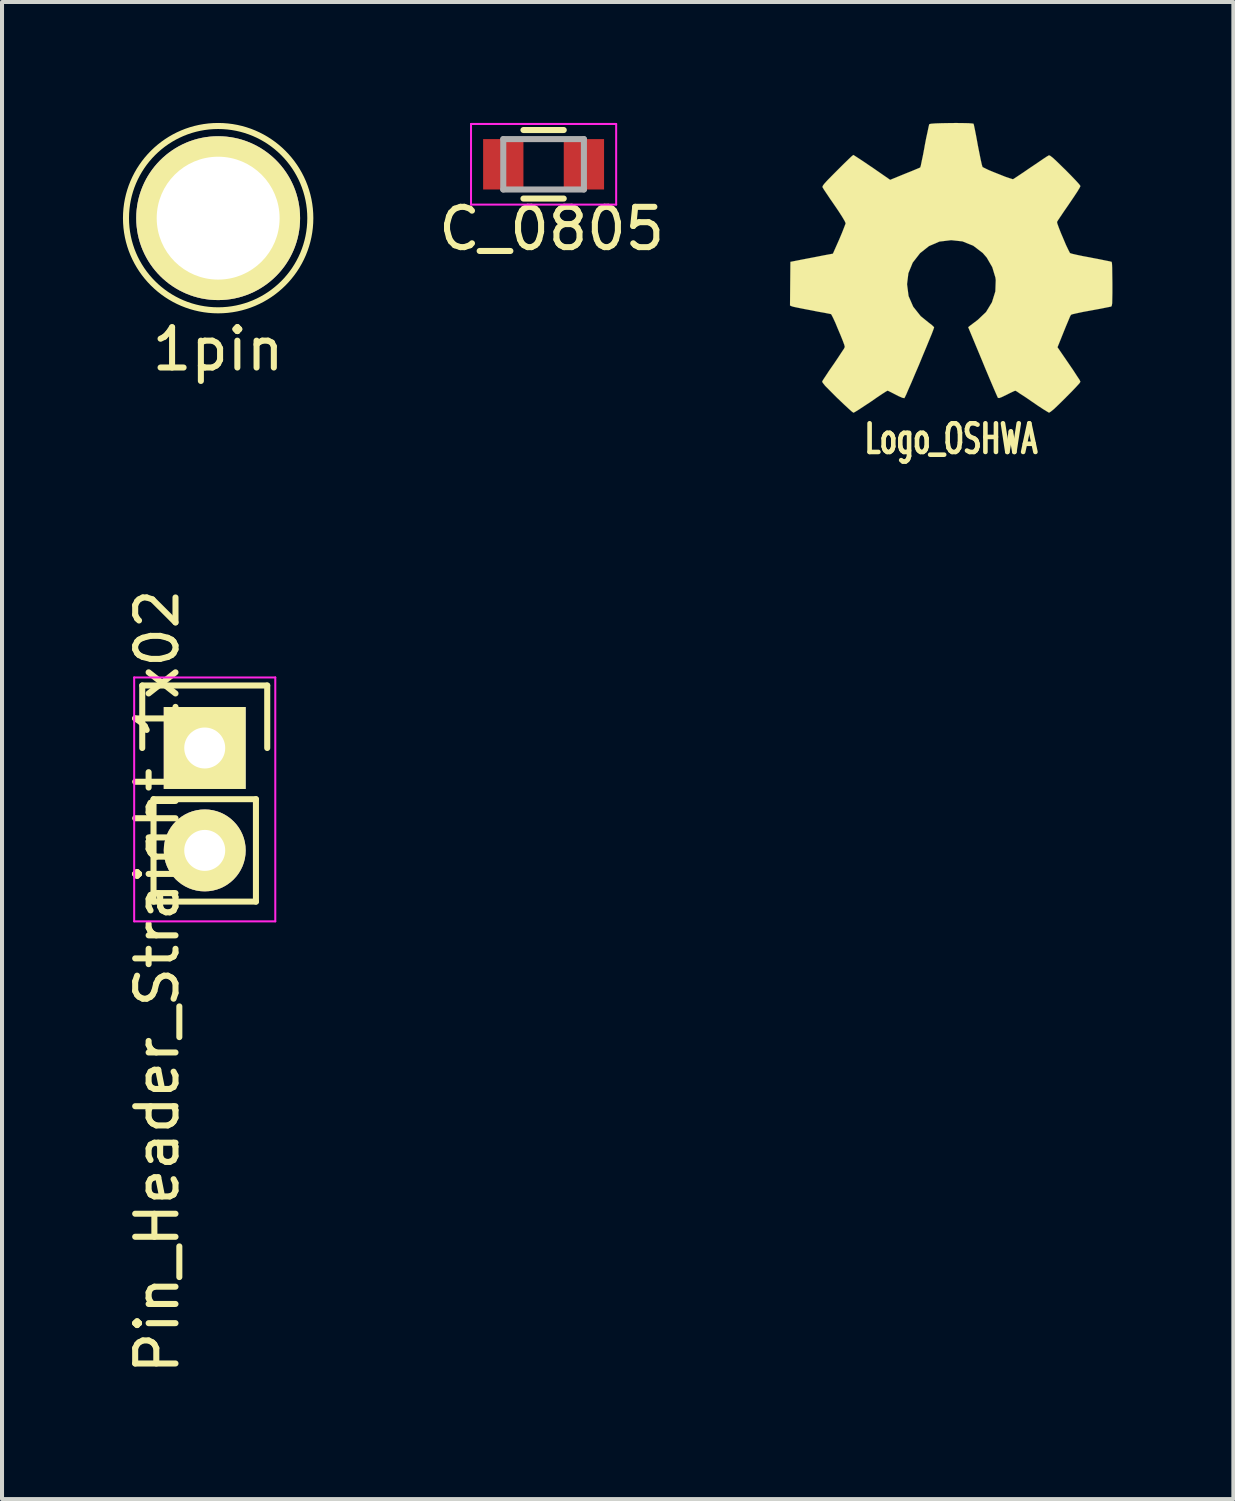
<source format=kicad_pcb>
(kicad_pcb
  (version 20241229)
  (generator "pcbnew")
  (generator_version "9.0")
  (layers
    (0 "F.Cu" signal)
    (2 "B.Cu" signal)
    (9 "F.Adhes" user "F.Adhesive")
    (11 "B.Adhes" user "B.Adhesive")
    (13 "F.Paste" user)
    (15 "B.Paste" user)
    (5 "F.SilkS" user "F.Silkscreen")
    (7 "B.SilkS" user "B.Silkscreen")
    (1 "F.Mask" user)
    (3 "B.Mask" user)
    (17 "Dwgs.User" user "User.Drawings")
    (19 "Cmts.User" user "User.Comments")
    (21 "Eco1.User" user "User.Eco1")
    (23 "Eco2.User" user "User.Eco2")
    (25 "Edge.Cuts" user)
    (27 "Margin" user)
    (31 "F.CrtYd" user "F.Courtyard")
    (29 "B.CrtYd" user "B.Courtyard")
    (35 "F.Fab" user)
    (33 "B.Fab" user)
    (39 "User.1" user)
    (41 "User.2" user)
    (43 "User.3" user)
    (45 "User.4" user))
  (footprint "C_0805"
    (layer "F.Cu")
    (at 10.433 1.025)
    (property "Reference" "C_0805" (at 0.2 1.6 0) (layer "F.SilkS") (effects (font (size 1 1) (thickness 0.15))))
    (attr smd)
    (fp_line (start -0.5 0.85) (end 0.5 0.85) (stroke (width 0.15) (type solid)) (layer "F.SilkS"))
    (fp_line (start 0.5 -0.85) (end -0.5 -0.85) (stroke (width 0.15) (type solid)) (layer "F.SilkS"))
    (fp_line (start -1.8 -1) (end -1.8 1) (stroke (width 0.05) (type solid)) (layer "F.CrtYd"))
    (fp_line (start -1.8 -1) (end 1.8 -1) (stroke (width 0.05) (type solid)) (layer "F.CrtYd"))
    (fp_line (start -1.8 1) (end 1.8 1) (stroke (width 0.05) (type solid)) (layer "F.CrtYd"))
    (fp_line (start 1.8 -1) (end 1.8 1) (stroke (width 0.05) (type solid)) (layer "F.CrtYd"))
    (fp_line (start -1 -0.625) (end 1 -0.625) (stroke (width 0.15) (type solid)) (layer "F.Fab"))
    (fp_line (start -1 0.625) (end -1 -0.625) (stroke (width 0.15) (type solid)) (layer "F.Fab"))
    (fp_line (start 1 -0.625) (end 1 0.625) (stroke (width 0.15) (type solid)) (layer "F.Fab"))
    (fp_line (start 1 0.625) (end -1 0.625) (stroke (width 0.15) (type solid)) (layer "F.Fab"))
    (pad "1" smd rect (at -1 0) (size 1 1.25) (layers "F.Cu" "F.Mask" "F.Paste"))
    (pad "2" smd rect (at 1 0) (size 1 1.25) (layers "F.Cu" "F.Mask" "F.Paste")))
  (footprint "1pin"
    (layer "F.Cu")
    (at 2.361 2.361)
    (property "Reference" "1pin" (at 0 3.25 0) (layer "F.SilkS") (effects (font (size 1 1) (thickness 0.15))))
    (attr through_hole)
    (fp_circle (center 0 0) (end 0 -2.286) (stroke (width 0.15) (type solid)) (fill no) (layer "F.SilkS"))
    (pad "1" thru_hole circle (at 0 0) (size 4.064 4.064) (drill 3.048) (layers "*.Cu" "*.Mask" "F.SilkS")))
  (footprint "Pin_Header_Straight_1x02"
    (layer "F.Cu")
    (at 2.028 15.503)
    (property "Reference" "Pin_Header_Straight_1x02" (at -1.18 5.79 90) (layer "F.SilkS") (effects (font (size 1 1) (thickness 0.15))))
    (attr through_hole)
    (fp_line (start -1.55 -1.55) (end 1.55 -1.55) (stroke (width 0.15) (type solid)) (layer "F.SilkS"))
    (fp_line (start -1.55 0) (end -1.55 -1.55) (stroke (width 0.15) (type solid)) (layer "F.SilkS"))
    (fp_line (start -1.27 1.27) (end -1.27 3.81) (stroke (width 0.15) (type solid)) (layer "F.SilkS"))
    (fp_line (start -1.27 3.81) (end 1.27 3.81) (stroke (width 0.15) (type solid)) (layer "F.SilkS"))
    (fp_line (start 1.27 1.27) (end -1.27 1.27) (stroke (width 0.15) (type solid)) (layer "F.SilkS"))
    (fp_line (start 1.27 1.27) (end 1.27 3.81) (stroke (width 0.15) (type solid)) (layer "F.SilkS"))
    (fp_line (start 1.55 -1.55) (end 1.55 0) (stroke (width 0.15) (type solid)) (layer "F.SilkS"))
    (fp_line (start -1.75 -1.75) (end -1.75 4.3) (stroke (width 0.05) (type solid)) (layer "F.CrtYd"))
    (fp_line (start -1.75 -1.75) (end 1.75 -1.75) (stroke (width 0.05) (type solid)) (layer "F.CrtYd"))
    (fp_line (start -1.75 4.3) (end 1.75 4.3) (stroke (width 0.05) (type solid)) (layer "F.CrtYd"))
    (fp_line (start 1.75 -1.75) (end 1.75 4.3) (stroke (width 0.05) (type solid)) (layer "F.CrtYd"))
    (pad "1" thru_hole rect (at 0 0) (size 2.032 2.032) (drill 1.016) (layers "*.Cu" "*.Mask" "F.SilkS"))
    (pad "2" thru_hole oval (at 0 2.54) (size 2.032 2.032) (drill 1.016) (layers "*.Cu" "*.Mask" "F.SilkS")))
  (footprint "Logo_OSHWA"
    (layer "F.Cu")
    (at 20.543 3.595)
    (property "Reference" "Logo_OSHWA" (at 0 4.242 0) (layer "F.SilkS") (effects (font (size 0.711 0.457) (thickness 0.114))))
    (attr through_hole)
    (fp_poly (pts (xy -2.423 3.592) (xy -2.383 3.571) (xy -2.289 3.513) (xy -2.154 3.424) (xy -1.996 3.32) (xy -1.839 3.211) (xy -1.709 3.124) (xy -1.618 3.066) (xy -1.58 3.045) (xy -1.56 3.051) (xy -1.483 3.089) (xy -1.374 3.145) (xy -1.311 3.178) (xy -1.212 3.221) (xy -1.161 3.231) (xy -1.153 3.216) (xy -1.115 3.139) (xy -1.059 3.007) (xy -0.983 2.835) (xy -0.897 2.631) (xy -0.803 2.413) (xy -0.711 2.189) (xy -0.622 1.976) (xy -0.544 1.786) (xy -0.48 1.631) (xy -0.439 1.521) (xy -0.424 1.476) (xy -0.429 1.466) (xy -0.48 1.417) (xy -0.566 1.351) (xy -0.757 1.196) (xy -0.942 0.963) (xy -1.057 0.699) (xy -1.095 0.404) (xy -1.062 0.132) (xy -0.955 -0.13) (xy -0.772 -0.366) (xy -0.551 -0.541) (xy -0.292 -0.653) (xy 0 -0.688) (xy 0.279 -0.658) (xy 0.546 -0.551) (xy 0.782 -0.371) (xy 0.881 -0.257) (xy 1.019 -0.018) (xy 1.097 0.239) (xy 1.105 0.302) (xy 1.095 0.584) (xy 1.011 0.853) (xy 0.864 1.095) (xy 0.658 1.29) (xy 0.63 1.311) (xy 0.536 1.382) (xy 0.472 1.43) (xy 0.422 1.471) (xy 0.78 2.332) (xy 0.836 2.469) (xy 0.935 2.705) (xy 1.021 2.908) (xy 1.09 3.068) (xy 1.138 3.178) (xy 1.158 3.221) (xy 1.161 3.223) (xy 1.191 3.228) (xy 1.257 3.203) (xy 1.377 3.145) (xy 1.458 3.104) (xy 1.549 3.061) (xy 1.59 3.045) (xy 1.626 3.063) (xy 1.712 3.122) (xy 1.841 3.205) (xy 1.994 3.31) (xy 2.141 3.411) (xy 2.276 3.5) (xy 2.375 3.561) (xy 2.423 3.589) (xy 2.431 3.589) (xy 2.471 3.564) (xy 2.55 3.5) (xy 2.667 3.388) (xy 2.832 3.226) (xy 2.857 3.2) (xy 2.995 3.061) (xy 3.106 2.944) (xy 3.18 2.863) (xy 3.205 2.824) (xy 3.183 2.776) (xy 3.119 2.68) (xy 3.03 2.543) (xy 2.921 2.383) (xy 2.637 1.968) (xy 2.794 1.577) (xy 2.842 1.458) (xy 2.903 1.313) (xy 2.946 1.209) (xy 2.972 1.163) (xy 3.012 1.148) (xy 3.122 1.123) (xy 3.277 1.09) (xy 3.459 1.057) (xy 3.637 1.024) (xy 3.797 0.993) (xy 3.912 0.97) (xy 3.962 0.96) (xy 3.975 0.953) (xy 3.985 0.927) (xy 3.993 0.874) (xy 3.995 0.777) (xy 3.998 0.625) (xy 3.998 0.404) (xy 3.998 0.381) (xy 3.995 0.17) (xy 3.993 0.003) (xy 3.988 -0.107) (xy 3.98 -0.15) (xy 3.929 -0.163) (xy 3.818 -0.185) (xy 3.658 -0.218) (xy 3.467 -0.254) (xy 3.457 -0.257) (xy 3.266 -0.292) (xy 3.109 -0.325) (xy 2.997 -0.351) (xy 2.951 -0.366) (xy 2.941 -0.378) (xy 2.903 -0.452) (xy 2.847 -0.569) (xy 2.786 -0.714) (xy 2.723 -0.861) (xy 2.67 -0.996) (xy 2.634 -1.095) (xy 2.624 -1.14) (xy 2.652 -1.186) (xy 2.718 -1.285) (xy 2.809 -1.42) (xy 2.921 -1.582) (xy 2.929 -1.595) (xy 3.038 -1.755) (xy 3.127 -1.89) (xy 3.185 -1.986) (xy 3.205 -2.029) (xy 3.205 -2.032) (xy 3.17 -2.08) (xy 3.089 -2.169) (xy 2.972 -2.291) (xy 2.832 -2.433) (xy 2.786 -2.477) (xy 2.631 -2.629) (xy 2.525 -2.728) (xy 2.456 -2.781) (xy 2.423 -2.794) (xy 2.423 -2.791) (xy 2.375 -2.764) (xy 2.273 -2.697) (xy 2.136 -2.603) (xy 1.974 -2.494) (xy 1.963 -2.487) (xy 1.803 -2.377) (xy 1.671 -2.289) (xy 1.575 -2.225) (xy 1.534 -2.2) (xy 1.527 -2.2) (xy 1.463 -2.22) (xy 1.349 -2.258) (xy 1.209 -2.314) (xy 1.062 -2.372) (xy 0.927 -2.428) (xy 0.826 -2.477) (xy 0.777 -2.502) (xy 0.777 -2.504) (xy 0.759 -2.563) (xy 0.732 -2.682) (xy 0.699 -2.847) (xy 0.66 -3.043) (xy 0.655 -3.073) (xy 0.62 -3.264) (xy 0.589 -3.421) (xy 0.566 -3.531) (xy 0.554 -3.576) (xy 0.528 -3.581) (xy 0.434 -3.589) (xy 0.292 -3.592) (xy 0.119 -3.594) (xy -0.061 -3.592) (xy -0.236 -3.589) (xy -0.389 -3.584) (xy -0.495 -3.576) (xy -0.541 -3.566) (xy -0.544 -3.564) (xy -0.559 -3.505) (xy -0.584 -3.386) (xy -0.62 -3.221) (xy -0.658 -3.023) (xy -0.663 -2.99) (xy -0.699 -2.799) (xy -0.732 -2.644) (xy -0.754 -2.535) (xy -0.767 -2.494) (xy -0.782 -2.484) (xy -0.861 -2.451) (xy -0.988 -2.398) (xy -1.148 -2.334) (xy -1.514 -2.184) (xy -1.961 -2.494) (xy -2.004 -2.522) (xy -2.164 -2.631) (xy -2.299 -2.72) (xy -2.39 -2.779) (xy -2.428 -2.802) (xy -2.431 -2.799) (xy -2.477 -2.761) (xy -2.565 -2.677) (xy -2.687 -2.558) (xy -2.827 -2.418) (xy -2.931 -2.314) (xy -3.056 -2.187) (xy -3.134 -2.103) (xy -3.178 -2.047) (xy -3.193 -2.014) (xy -3.188 -1.994) (xy -3.16 -1.948) (xy -3.094 -1.849) (xy -3.002 -1.712) (xy -2.893 -1.554) (xy -2.802 -1.42) (xy -2.705 -1.27) (xy -2.642 -1.163) (xy -2.619 -1.11) (xy -2.624 -1.087) (xy -2.657 -1.001) (xy -2.71 -0.866) (xy -2.776 -0.709) (xy -2.934 -0.353) (xy -3.167 -0.31) (xy -3.307 -0.282) (xy -3.505 -0.244) (xy -3.693 -0.208) (xy -3.988 -0.15) (xy -3.998 0.932) (xy -3.952 0.953) (xy -3.909 0.965) (xy -3.8 0.988) (xy -3.645 1.019) (xy -3.459 1.054) (xy -3.305 1.085) (xy -3.145 1.113) (xy -3.033 1.135) (xy -2.982 1.146) (xy -2.969 1.163) (xy -2.929 1.24) (xy -2.873 1.361) (xy -2.812 1.509) (xy -2.748 1.659) (xy -2.692 1.798) (xy -2.652 1.905) (xy -2.639 1.961) (xy -2.659 2.004) (xy -2.72 2.095) (xy -2.807 2.228) (xy -2.913 2.385) (xy -3.023 2.543) (xy -3.111 2.677) (xy -3.175 2.774) (xy -3.2 2.817) (xy -3.188 2.847) (xy -3.127 2.924) (xy -3.007 3.045) (xy -2.832 3.221) (xy -2.802 3.249) (xy -2.662 3.383) (xy -2.543 3.493) (xy -2.461 3.566) (xy -2.423 3.592)) (stroke (width 0.003) (type solid)) (fill yes) (layer "F.SilkS")))
  (gr_rect
    (start -3 -3)
    (end 27.542 34.132)
    (stroke (width 0.1) (type default))
    (fill no)
    (layer "Edge.Cuts")))
</source>
